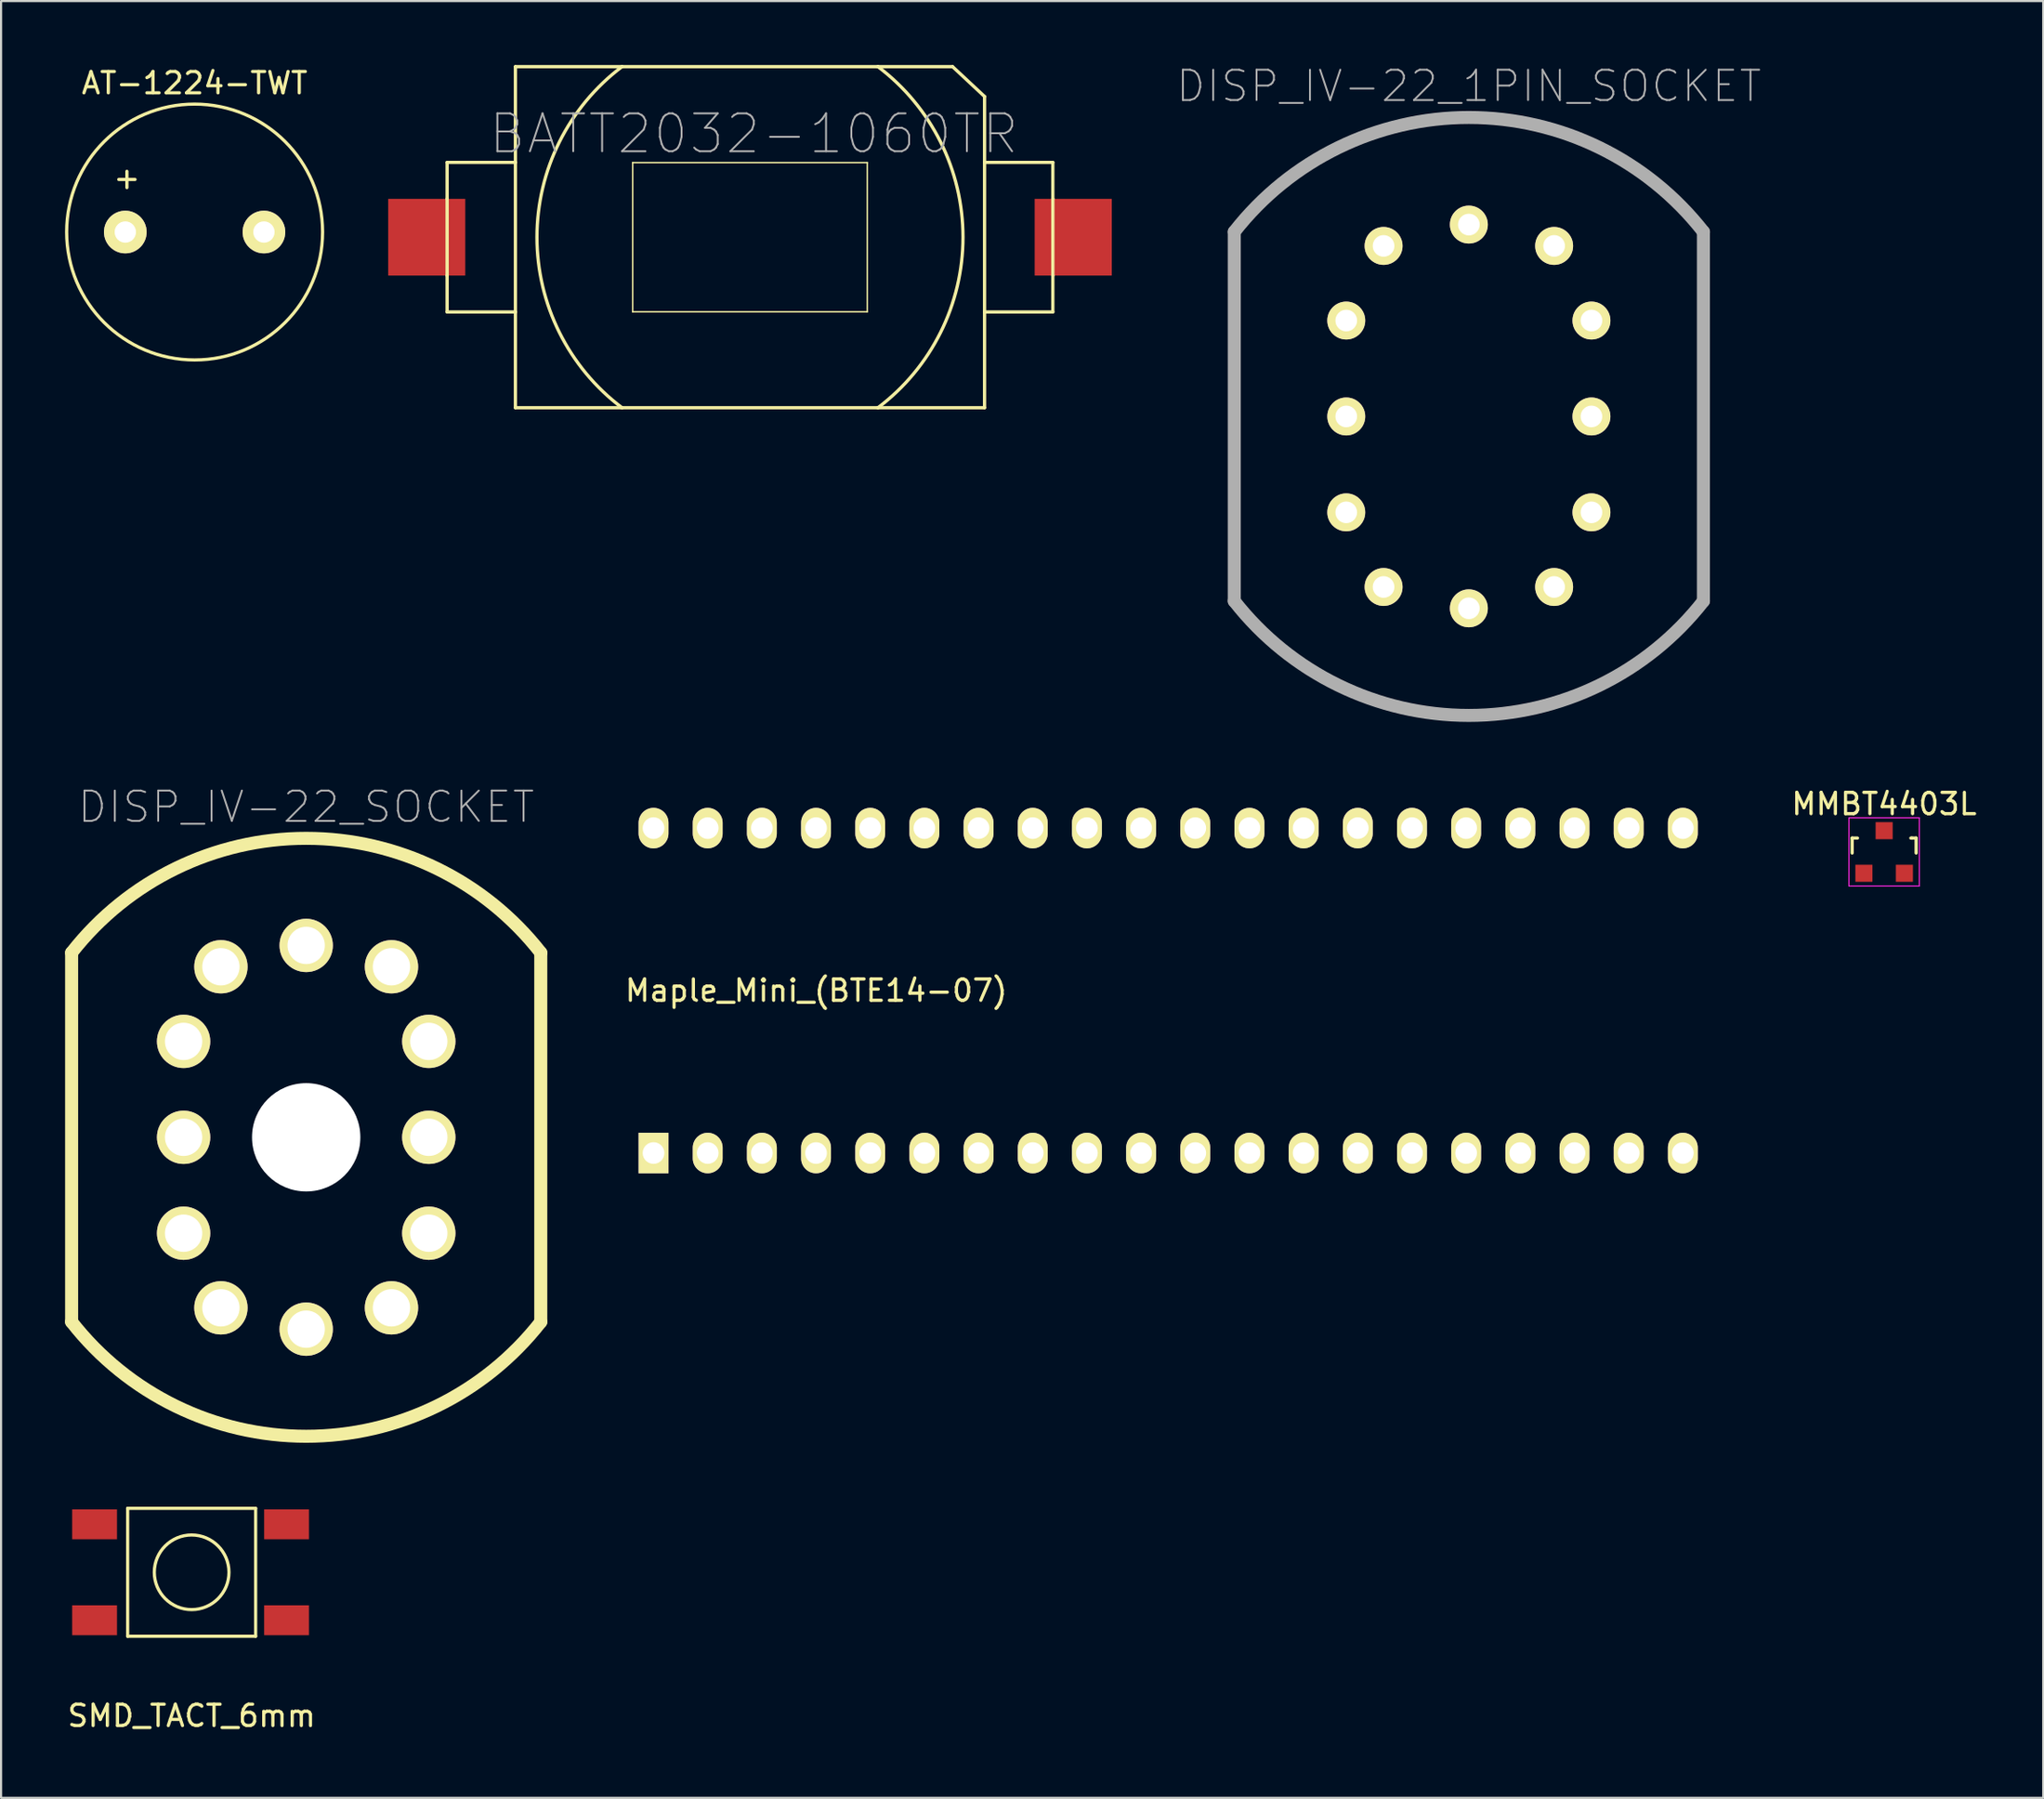
<source format=kicad_pcb>
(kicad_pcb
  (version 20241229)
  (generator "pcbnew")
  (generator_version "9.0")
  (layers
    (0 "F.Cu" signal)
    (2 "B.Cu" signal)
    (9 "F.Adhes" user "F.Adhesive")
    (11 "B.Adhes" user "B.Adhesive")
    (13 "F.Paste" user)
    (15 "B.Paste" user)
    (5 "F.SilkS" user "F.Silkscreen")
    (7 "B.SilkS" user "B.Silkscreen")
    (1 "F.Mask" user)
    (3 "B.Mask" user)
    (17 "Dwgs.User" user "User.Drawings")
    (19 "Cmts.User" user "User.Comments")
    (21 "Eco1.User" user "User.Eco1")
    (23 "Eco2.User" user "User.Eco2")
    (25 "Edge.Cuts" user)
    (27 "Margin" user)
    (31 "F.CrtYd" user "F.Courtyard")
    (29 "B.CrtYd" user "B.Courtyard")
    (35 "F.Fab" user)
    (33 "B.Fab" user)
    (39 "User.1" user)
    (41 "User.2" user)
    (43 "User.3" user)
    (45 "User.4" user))
  (footprint "SMD_TACT_6mm"
    (layer "F.Cu")
    (at 5.935 70.693)
    (property "Reference" "SMD_TACT_6mm" (at 0 6.731 0) (layer "F.SilkS") (effects (font (size 1 1) (thickness 0.15))))
    (attr through_hole)
    (fp_line (start -3 -3) (end 3 -3) (stroke (width 0.15) (type solid)) (layer "F.SilkS"))
    (fp_line (start -3 3) (end -3 -3) (stroke (width 0.15) (type solid)) (layer "F.SilkS"))
    (fp_line (start 3 -3) (end 3 3) (stroke (width 0.15) (type solid)) (layer "F.SilkS"))
    (fp_line (start 3 3) (end -3 3) (stroke (width 0.15) (type solid)) (layer "F.SilkS"))
    (fp_circle (center 0 0) (end 1.75 0) (stroke (width 0.15) (type solid)) (fill no) (layer "F.SilkS"))
    (pad "1" smd rect (at -4.55 -2.25) (size 2.1 1.4) (layers "F.Cu" "F.Mask" "F.Paste"))
    (pad "1" smd rect (at 4.45 -2.25) (size 2.1 1.4) (layers "F.Cu" "F.Mask" "F.Paste"))
    (pad "2" smd rect (at -4.55 2.25) (size 2.1 1.4) (layers "F.Cu" "F.Mask" "F.Paste"))
    (pad "2" smd rect (at 4.45 2.25) (size 2.1 1.4) (layers "F.Cu" "F.Mask" "F.Paste")))
  (footprint "Maple_Mini_(BTE14-07)"
    (layer "F.Cu")
    (at 51.721 43.409)
    (property "Reference" "Maple_Mini_(BTE14-07)" (at -16.5 0 180) (layer "F.SilkS") (effects (font (size 1 1) (thickness 0.15))))
    (attr through_hole)
    (fp_line (start -26.035 -9.525) (end 26.035 -9.525) (stroke (width 0.15) (type solid)) (layer "Margin"))
    (fp_line (start -26.035 9.525) (end -26.035 -9.525) (stroke (width 0.15) (type solid)) (layer "Margin"))
    (fp_line (start 26.035 -9.525) (end 26.035 9.525) (stroke (width 0.15) (type solid)) (layer "Margin"))
    (fp_line (start 26.035 9.525) (end -26.035 9.525) (stroke (width 0.15) (type solid)) (layer "Margin"))
    (pad "1" thru_hole rect (at -24.13 7.62) (size 1.4 1.9) (drill 1.016) (layers "*.Cu" "*.Mask" "F.SilkS"))
    (pad "2" thru_hole oval (at -21.59 7.62) (size 1.4 1.9) (drill 1.016) (layers "*.Cu" "*.Mask" "F.SilkS"))
    (pad "3" thru_hole oval (at -19.05 7.62) (size 1.4 1.9) (drill 1.016) (layers "*.Cu" "*.Mask" "F.SilkS"))
    (pad "4" thru_hole oval (at -16.51 7.62) (size 1.4 1.9) (drill 1.016) (layers "*.Cu" "*.Mask" "F.SilkS"))
    (pad "5" thru_hole oval (at -13.97 7.62) (size 1.4 1.9) (drill 1.016) (layers "*.Cu" "*.Mask" "F.SilkS"))
    (pad "6" thru_hole oval (at -11.43 7.62) (size 1.4 1.9) (drill 1.016) (layers "*.Cu" "*.Mask" "F.SilkS"))
    (pad "7" thru_hole oval (at -8.89 7.62) (size 1.4 1.9) (drill 1.016) (layers "*.Cu" "*.Mask" "F.SilkS"))
    (pad "8" thru_hole oval (at -6.35 7.62) (size 1.4 1.9) (drill 1.016) (layers "*.Cu" "*.Mask" "F.SilkS"))
    (pad "9" thru_hole oval (at -3.81 7.62) (size 1.4 1.9) (drill 1.016) (layers "*.Cu" "*.Mask" "F.SilkS"))
    (pad "10" thru_hole oval (at -1.27 7.62) (size 1.4 1.9) (drill 1.016) (layers "*.Cu" "*.Mask" "F.SilkS"))
    (pad "11" thru_hole oval (at 1.27 7.62) (size 1.4 1.9) (drill 1.016) (layers "*.Cu" "*.Mask" "F.SilkS"))
    (pad "12" thru_hole oval (at 3.81 7.62) (size 1.4 1.9) (drill 1.016) (layers "*.Cu" "*.Mask" "F.SilkS"))
    (pad "13" thru_hole oval (at 6.35 7.62) (size 1.4 1.9) (drill 1.016) (layers "*.Cu" "*.Mask" "F.SilkS"))
    (pad "14" thru_hole oval (at 8.89 7.62) (size 1.4 1.9) (drill 1.016) (layers "*.Cu" "*.Mask" "F.SilkS"))
    (pad "15" thru_hole oval (at 11.43 7.62) (size 1.4 1.9) (drill 1.016) (layers "*.Cu" "*.Mask" "F.SilkS"))
    (pad "16" thru_hole oval (at 13.97 7.62) (size 1.4 1.9) (drill 1.016) (layers "*.Cu" "*.Mask" "F.SilkS"))
    (pad "17" thru_hole oval (at 16.51 7.62) (size 1.4 1.9) (drill 1.016) (layers "*.Cu" "*.Mask" "F.SilkS"))
    (pad "18" thru_hole oval (at 19.05 7.62) (size 1.4 1.9) (drill 1.016) (layers "*.Cu" "*.Mask" "F.SilkS"))
    (pad "19" thru_hole oval (at 21.59 7.62) (size 1.4 1.9) (drill 1.016) (layers "*.Cu" "*.Mask" "F.SilkS"))
    (pad "20" thru_hole oval (at 24.13 7.62) (size 1.4 1.9) (drill 1.016) (layers "*.Cu" "*.Mask" "F.SilkS"))
    (pad "21" thru_hole oval (at 24.13 -7.62) (size 1.4 1.9) (drill 1.016) (layers "*.Cu" "*.Mask" "F.SilkS"))
    (pad "22" thru_hole oval (at 21.59 -7.62) (size 1.4 1.9) (drill 1.016) (layers "*.Cu" "*.Mask" "F.SilkS"))
    (pad "23" thru_hole oval (at 19.05 -7.62) (size 1.4 1.9) (drill 1.016) (layers "*.Cu" "*.Mask" "F.SilkS"))
    (pad "24" thru_hole oval (at 16.51 -7.62) (size 1.4 1.9) (drill 1.016) (layers "*.Cu" "*.Mask" "F.SilkS"))
    (pad "25" thru_hole oval (at 13.97 -7.62) (size 1.4 1.9) (drill 1.016) (layers "*.Cu" "*.Mask" "F.SilkS"))
    (pad "26" thru_hole oval (at 11.43 -7.62) (size 1.4 1.9) (drill 1.016) (layers "*.Cu" "*.Mask" "F.SilkS"))
    (pad "27" thru_hole oval (at 8.89 -7.62) (size 1.4 1.9) (drill 1.016) (layers "*.Cu" "*.Mask" "F.SilkS"))
    (pad "28" thru_hole oval (at 6.35 -7.62) (size 1.4 1.9) (drill 1.016) (layers "*.Cu" "*.Mask" "F.SilkS"))
    (pad "29" thru_hole oval (at 3.81 -7.62) (size 1.4 1.9) (drill 1.016) (layers "*.Cu" "*.Mask" "F.SilkS"))
    (pad "30" thru_hole oval (at 1.27 -7.62) (size 1.4 1.9) (drill 1.016) (layers "*.Cu" "*.Mask" "F.SilkS"))
    (pad "31" thru_hole oval (at -1.27 -7.62) (size 1.4 1.9) (drill 1.016) (layers "*.Cu" "*.Mask" "F.SilkS"))
    (pad "32" thru_hole oval (at -3.81 -7.62) (size 1.4 1.9) (drill 1.016) (layers "*.Cu" "*.Mask" "F.SilkS"))
    (pad "33" thru_hole oval (at -6.35 -7.62) (size 1.4 1.9) (drill 1.016) (layers "*.Cu" "*.Mask" "F.SilkS"))
    (pad "34" thru_hole oval (at -8.89 -7.62) (size 1.4 1.9) (drill 1.016) (layers "*.Cu" "*.Mask" "F.SilkS"))
    (pad "35" thru_hole oval (at -11.43 -7.62) (size 1.4 1.9) (drill 1.016) (layers "*.Cu" "*.Mask" "F.SilkS"))
    (pad "36" thru_hole oval (at -13.97 -7.62) (size 1.4 1.9) (drill 1.016) (layers "*.Cu" "*.Mask" "F.SilkS"))
    (pad "37" thru_hole oval (at -16.51 -7.62) (size 1.4 1.9) (drill 1.016) (layers "*.Cu" "*.Mask" "F.SilkS"))
    (pad "38" thru_hole oval (at -19.05 -7.62) (size 1.4 1.9) (drill 1.016) (layers "*.Cu" "*.Mask" "F.SilkS"))
    (pad "39" thru_hole oval (at -21.59 -7.62) (size 1.4 1.9) (drill 1.016) (layers "*.Cu" "*.Mask" "F.SilkS"))
    (pad "40" thru_hole oval (at -24.13 -7.62) (size 1.4 1.9) (drill 1.016) (layers "*.Cu" "*.Mask" "F.SilkS")))
  (footprint "DISP_IV-22_1PIN_SOCKET"
    (layer "F.Cu")
    (at 65.818 16.482)
    (property "Reference" "DISP_IV-22_1PIN_SOCKET" (at 0 -15.494 0) (layer "F.Fab") (effects (font (size 1.422 1.422) (thickness 0.089))))
    (attr exclude_from_pos_files exclude_from_bom)
    (fp_line (start -10.998 -8.659) (end -10.998 8.659) (stroke (width 0.61) (type solid)) (layer "F.Fab"))
    (fp_line (start 10.998 8.659) (end 10.998 -8.659) (stroke (width 0.61) (type solid)) (layer "F.Fab"))
    (fp_arc (start -10.9982 -8.65886) (mid 0.002068 -14.022032) (end 11.000746 -8.655601) (stroke (width 0.6096) (type solid)) (layer "F.Fab"))
    (fp_arc (start 10.9982 8.65886) (mid -0.002068 14.022032) (end -11.000746 8.655601) (stroke (width 0.6096) (type solid)) (layer "F.Fab"))
    (pad "1" thru_hole circle (at 3.998 -7.998) (size 1.778 1.778) (drill 1.016) (layers "*.Cu" "F.Mask" "F.SilkS"))
    (pad "2" thru_hole circle (at 5.748 -4.498) (size 1.778 1.778) (drill 1.016) (layers "*.Cu" "F.Mask" "F.SilkS"))
    (pad "3" thru_hole circle (at 5.748 0) (size 1.778 1.778) (drill 1.016) (layers "*.Cu" "F.Mask" "F.SilkS"))
    (pad "4" thru_hole circle (at 5.748 4.498) (size 1.778 1.778) (drill 1.016) (layers "*.Cu" "F.Mask" "F.SilkS"))
    (pad "5" thru_hole circle (at 3.998 7.998) (size 1.778 1.778) (drill 1.016) (layers "*.Cu" "F.Mask" "F.SilkS"))
    (pad "6" thru_hole circle (at 0 8.999) (size 1.778 1.778) (drill 1.016) (layers "*.Cu" "F.Mask" "F.SilkS"))
    (pad "7" thru_hole circle (at -3.998 7.998) (size 1.778 1.778) (drill 1.016) (layers "*.Cu" "F.Mask" "F.SilkS"))
    (pad "8" thru_hole circle (at -5.748 4.498) (size 1.778 1.778) (drill 1.016) (layers "*.Cu" "F.Mask" "F.SilkS"))
    (pad "9" thru_hole circle (at -5.748 0) (size 1.778 1.778) (drill 1.016) (layers "*.Cu" "F.Mask" "F.SilkS"))
    (pad "10" thru_hole circle (at -5.748 -4.498) (size 1.778 1.778) (drill 1.016) (layers "*.Cu" "F.Mask" "F.SilkS"))
    (pad "11" thru_hole circle (at -3.998 -7.998) (size 1.778 1.778) (drill 1.016) (layers "*.Cu" "F.Mask" "F.SilkS"))
    (pad "12" thru_hole circle (at 0 -8.999) (size 1.778 1.778) (drill 1.016) (layers "*.Cu" "F.Mask" "F.SilkS")))
  (footprint "DISP_IV-22_SOCKET"
    (layer "F.Cu")
    (at 11.306 50.291)
    (property "Reference" "DISP_IV-22_SOCKET" (at 0 -15.494 0) (layer "F.Fab") (effects (font (size 1.422 1.422) (thickness 0.089))))
    (attr exclude_from_pos_files exclude_from_bom)
    (fp_line (start -10.998 -8.659) (end -10.998 8.659) (stroke (width 0.61) (type solid)) (layer "F.SilkS"))
    (fp_line (start 10.998 8.659) (end 10.998 -8.659) (stroke (width 0.61) (type solid)) (layer "F.SilkS"))
    (fp_arc (start -10.9982 -8.65886) (mid 0.002068 -14.022032) (end 11.000746 -8.655601) (stroke (width 0.6096) (type solid)) (layer "F.SilkS"))
    (fp_arc (start 10.9982 8.65886) (mid -0.002068 14.022032) (end -11.000746 8.655601) (stroke (width 0.6096) (type solid)) (layer "F.SilkS"))
    (pad "" np_thru_hole circle (at 0 0) (size 5.08 5.08) (drill 5.08) (layers "F.Cu"))
    (pad "1" thru_hole circle (at 3.998 -7.998) (size 2.5 2.5) (drill 1.75) (layers "*.Cu" "F.Mask" "F.SilkS" "F.Paste"))
    (pad "2" thru_hole circle (at 5.748 -4.498) (size 2.5 2.5) (drill 1.75) (layers "*.Cu" "F.Mask" "F.SilkS" "F.Paste"))
    (pad "3" thru_hole circle (at 5.748 0) (size 2.5 2.5) (drill 1.75) (layers "*.Cu" "F.Mask" "F.SilkS" "F.Paste"))
    (pad "4" thru_hole circle (at 5.748 4.498) (size 2.5 2.5) (drill 1.75) (layers "*.Cu" "F.Mask" "F.SilkS" "F.Paste"))
    (pad "5" thru_hole circle (at 3.998 7.998) (size 2.5 2.5) (drill 1.75) (layers "*.Cu" "F.Mask" "F.SilkS" "F.Paste"))
    (pad "6" thru_hole circle (at 0 8.999) (size 2.5 2.5) (drill 1.75) (layers "*.Cu" "F.Mask" "F.SilkS" "F.Paste"))
    (pad "7" thru_hole circle (at -3.998 7.998) (size 2.5 2.5) (drill 1.75) (layers "*.Cu" "F.Mask" "F.SilkS" "F.Paste"))
    (pad "8" thru_hole circle (at -5.748 4.498) (size 2.5 2.5) (drill 1.75) (layers "*.Cu" "F.Mask" "F.SilkS" "F.Paste"))
    (pad "9" thru_hole circle (at -5.748 0) (size 2.5 2.5) (drill 1.75) (layers "*.Cu" "F.Mask" "F.SilkS" "F.Paste"))
    (pad "10" thru_hole circle (at -5.748 -4.498) (size 2.5 2.5) (drill 1.75) (layers "*.Cu" "F.Mask" "F.SilkS" "F.Paste"))
    (pad "11" thru_hole circle (at -3.998 -7.998) (size 2.5 2.5) (drill 1.75) (layers "*.Cu" "F.Mask" "F.SilkS" "F.Paste"))
    (pad "12" thru_hole circle (at 0 -8.999) (size 2.5 2.5) (drill 1.75) (layers "*.Cu" "F.Mask" "F.SilkS" "F.Paste")))
  (footprint "BATT2032-1060TR"
    (layer "F.Cu")
    (at 32.113 8.075)
    (property "Reference" "BATT2032-1060TR" (at 0.18 -4.849 0) (layer "F.Fab") (effects (font (size 1.778 1.778) (thickness 0.089))))
    (attr smd)
    (fp_line (start -14.199 -3.508) (end -14.199 -1.798) (stroke (width 0.152) (type solid)) (layer "F.SilkS"))
    (fp_line (start -14.199 -1.798) (end -14.199 1.798) (stroke (width 0.152) (type solid)) (layer "F.SilkS"))
    (fp_line (start -14.199 1.798) (end -14.199 3.508) (stroke (width 0.152) (type solid)) (layer "F.SilkS"))
    (fp_line (start -14.199 3.508) (end -10.998 3.508) (stroke (width 0.152) (type solid)) (layer "F.SilkS"))
    (fp_line (start -10.998 -7.998) (end -5.999 -7.998) (stroke (width 0.152) (type solid)) (layer "F.SilkS"))
    (fp_line (start -10.998 -3.508) (end -14.199 -3.508) (stroke (width 0.152) (type solid)) (layer "F.SilkS"))
    (fp_line (start -10.998 -3.508) (end -10.998 -7.998) (stroke (width 0.152) (type solid)) (layer "F.SilkS"))
    (fp_line (start -10.998 3.508) (end -10.998 -3.508) (stroke (width 0.152) (type solid)) (layer "F.SilkS"))
    (fp_line (start -10.998 7.998) (end -10.998 3.508) (stroke (width 0.152) (type solid)) (layer "F.SilkS"))
    (fp_line (start -5.999 -7.998) (end 5.999 -7.998) (stroke (width 0.152) (type solid)) (layer "F.SilkS"))
    (fp_line (start -5.999 7.998) (end -10.998 7.998) (stroke (width 0.152) (type solid)) (layer "F.SilkS"))
    (fp_line (start -5.499 -3.498) (end 5.499 -3.498) (stroke (width 0.066) (type solid)) (layer "F.SilkS"))
    (fp_line (start -5.499 3.498) (end -5.499 -3.498) (stroke (width 0.066) (type solid)) (layer "F.SilkS"))
    (fp_line (start -5.499 3.498) (end 5.499 3.498) (stroke (width 0.066) (type solid)) (layer "F.SilkS"))
    (fp_line (start 5.499 3.498) (end 5.499 -3.498) (stroke (width 0.066) (type solid)) (layer "F.SilkS"))
    (fp_line (start 5.999 -7.998) (end 9.5 -7.998) (stroke (width 0.152) (type solid)) (layer "F.SilkS"))
    (fp_line (start 5.999 7.998) (end -5.999 7.998) (stroke (width 0.152) (type solid)) (layer "F.SilkS"))
    (fp_line (start 9.5 -7.998) (end 10.998 -6.599) (stroke (width 0.152) (type solid)) (layer "F.SilkS"))
    (fp_line (start 10.998 -6.599) (end 10.998 -3.508) (stroke (width 0.152) (type solid)) (layer "F.SilkS"))
    (fp_line (start 10.998 -3.508) (end 10.998 3.508) (stroke (width 0.152) (type solid)) (layer "F.SilkS"))
    (fp_line (start 10.998 -3.508) (end 14.199 -3.508) (stroke (width 0.152) (type solid)) (layer "F.SilkS"))
    (fp_line (start 10.998 3.508) (end 10.998 7.998) (stroke (width 0.152) (type solid)) (layer "F.SilkS"))
    (fp_line (start 10.998 7.998) (end 5.999 7.998) (stroke (width 0.152) (type solid)) (layer "F.SilkS"))
    (fp_line (start 14.199 -3.508) (end 14.199 -1.798) (stroke (width 0.152) (type solid)) (layer "F.SilkS"))
    (fp_line (start 14.199 -1.798) (end 14.199 1.798) (stroke (width 0.152) (type solid)) (layer "F.SilkS"))
    (fp_line (start 14.199 1.798) (end 14.199 3.508) (stroke (width 0.152) (type solid)) (layer "F.SilkS"))
    (fp_line (start 14.199 3.508) (end 10.998 3.508) (stroke (width 0.152) (type solid)) (layer "F.SilkS"))
    (fp_arc (start -5.99948 7.99846) (mid -9.987306 -0.000118) (end -5.999291 -7.998602) (stroke (width 0.1524) (type solid)) (layer "F.SilkS"))
    (fp_arc (start 5.99948 -7.99846) (mid 9.987306 0.000118) (end 5.999291 7.998602) (stroke (width 0.1524) (type solid)) (layer "F.SilkS"))
    (pad "1" smd rect (at 15.156 0) (size 3.614 3.599) (layers "F.Cu" "F.Mask" "F.Paste"))
    (pad "2" smd rect (at -15.156 0) (size 3.614 3.599) (layers "F.Cu" "F.Mask" "F.Paste")))
  (footprint "AT-1224-TWT"
    (layer "F.Cu")
    (at 6.075 7.833)
    (property "Reference" "AT-1224-TWT" (at 0 -6.985 0) (layer "F.SilkS") (effects (font (size 1 1) (thickness 0.15))))
    (attr through_hole)
    (fp_circle (center 0 0) (end 6 0) (stroke (width 0.15) (type solid)) (fill no) (layer "F.SilkS"))
    (fp_text user "+" (at -3.175 -2.54 0) (layer "F.SilkS") (effects (font (size 1 1) (thickness 0.15))))
    (pad "1" thru_hole circle (at -3.25 0) (size 2 2) (drill 1.001) (layers "*.Cu" "*.Mask" "F.SilkS"))
    (pad "2" thru_hole circle (at 3.25 0) (size 2 2) (drill 1.001) (layers "*.Cu" "*.Mask" "F.SilkS")))
  (footprint "MMBT4403L"
    (layer "F.Cu")
    (at 85.289 36.907)
    (property "Reference" "MMBT4403L" (at 0 -2.25 0) (layer "F.SilkS") (effects (font (size 1 1) (thickness 0.15))))
    (attr smd)
    (fp_line (start -1.5 -0.65) (end -1.251 -0.65) (stroke (width 0.15) (type solid)) (layer "F.SilkS"))
    (fp_line (start -1.5 0.051) (end -1.5 -0.65) (stroke (width 0.15) (type solid)) (layer "F.SilkS"))
    (fp_line (start 1.299 -0.65) (end 1.251 -0.65) (stroke (width 0.15) (type solid)) (layer "F.SilkS"))
    (fp_line (start 1.299 -0.65) (end 1.5 -0.65) (stroke (width 0.15) (type solid)) (layer "F.SilkS"))
    (fp_line (start 1.5 -0.65) (end 1.5 0.051) (stroke (width 0.15) (type solid)) (layer "F.SilkS"))
    (fp_line (start -1.65 -1.6) (end 1.65 -1.6) (stroke (width 0.05) (type solid)) (layer "F.CrtYd"))
    (fp_line (start -1.65 1.6) (end -1.65 -1.6) (stroke (width 0.05) (type solid)) (layer "F.CrtYd"))
    (fp_line (start 1.65 -1.6) (end 1.65 1.6) (stroke (width 0.05) (type solid)) (layer "F.CrtYd"))
    (fp_line (start 1.65 1.6) (end -1.65 1.6) (stroke (width 0.05) (type solid)) (layer "F.CrtYd"))
    (pad "1" smd rect (at 0.95 1.001) (size 0.8 0.8) (layers "F.Cu" "F.Mask" "F.Paste"))
    (pad "2" smd rect (at -0.95 1.001) (size 0.8 0.8) (layers "F.Cu" "F.Mask" "F.Paste"))
    (pad "3" smd rect (at 0 -0.998) (size 0.8 0.8) (layers "F.Cu" "F.Mask" "F.Paste")))
  (gr_rect
    (start -3 -3)
    (end 92.748 81.272)
    (stroke (width 0.1) (type default))
    (fill no)
    (layer "Edge.Cuts")))
</source>
